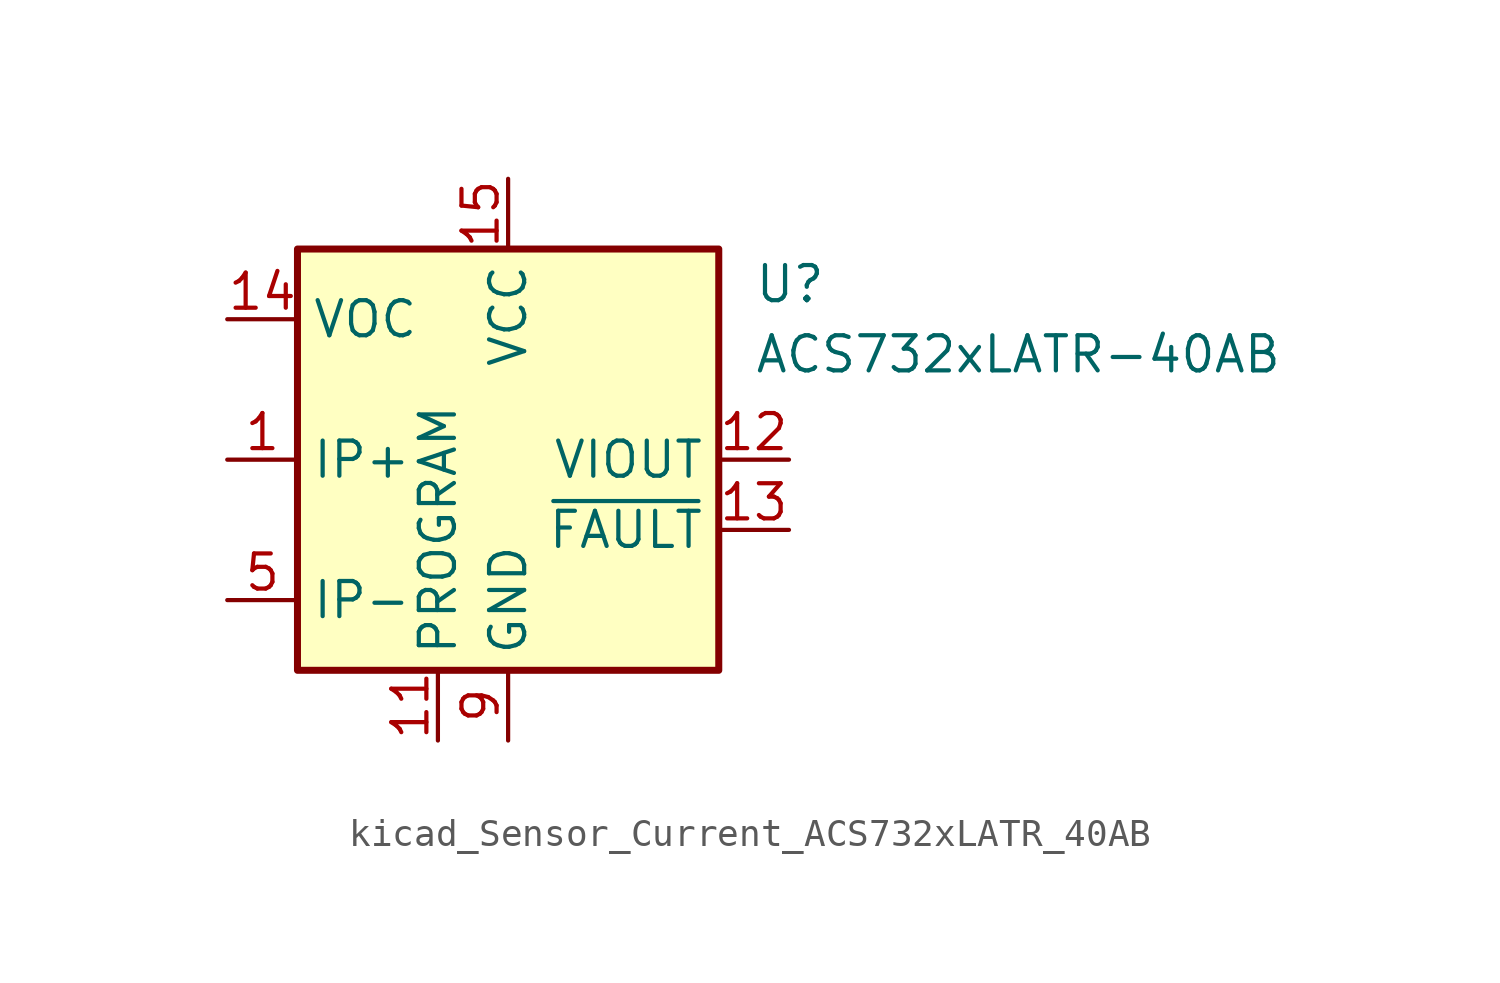
<source format=kicad_sym>
(kicad_symbol_lib
  (version 20220914)
  (generator kicad_symbol_editor)
  (symbol "kicad_Sensor_Current_ACS732xLATR_40AB"
    (property "Reference" "U"
      (at 8.89 6.35 0)
      (effects (font (size 1.27 1.27)) (justify left)))
    (property "Value" "ACS732xLATR-40AB"
      (at 8.89 3.81 0)
      (effects (font (size 1.27 1.27)) (justify left)))
    (symbol "kicad_Sensor_Current_ACS732xLATR_40AB_0_1"
      (rectangle (start -7.62 7.62) (end 7.62 -7.62) (stroke (width 0.254) (type default)) (fill (type background))))
    (symbol "kicad_Sensor_Current_ACS732xLATR_40AB_1_1"
      (pin passive line (at -10.16 0 0) (length 2.54) (name "IP+" (effects (font (size 1.27 1.27)))) (number "1" (effects (font (size 1.27 1.27)))))
      (pin passive line (at 0 -10.16 90) (length 2.54) hide (name "GND" (effects (font (size 1.27 1.27)))) (number "10" (effects (font (size 1.27 1.27)))))
      (pin passive line (at -2.54 -10.16 90) (length 2.54) (name "PROGRAM" (effects (font (size 1.27 1.27)))) (number "11" (effects (font (size 1.27 1.27)))))
      (pin output line (at 10.16 0 180) (length 2.54) (name "VIOUT" (effects (font (size 1.27 1.27)))) (number "12" (effects (font (size 1.27 1.27)))))
      (pin output line (at 10.16 -2.54 180) (length 2.54) (name "~{FAULT}" (effects (font (size 1.27 1.27)))) (number "13" (effects (font (size 1.27 1.27)))))
      (pin input line (at -10.16 5.08 0) (length 2.54) (name "VOC" (effects (font (size 1.27 1.27)))) (number "14" (effects (font (size 1.27 1.27)))))
      (pin power_in line (at 0 10.16 270) (length 2.54) (name "VCC" (effects (font (size 1.27 1.27)))) (number "15" (effects (font (size 1.27 1.27)))))
      (pin passive line (at 0 10.16 270) (length 2.54) hide (name "VCC" (effects (font (size 1.27 1.27)))) (number "16" (effects (font (size 1.27 1.27)))))
      (pin passive line (at -10.16 0 0) (length 2.54) hide (name "IP+" (effects (font (size 1.27 1.27)))) (number "2" (effects (font (size 1.27 1.27)))))
      (pin passive line (at -10.16 0 0) (length 2.54) hide (name "IP+" (effects (font (size 1.27 1.27)))) (number "3" (effects (font (size 1.27 1.27)))))
      (pin passive line (at -10.16 0 0) (length 2.54) hide (name "IP+" (effects (font (size 1.27 1.27)))) (number "4" (effects (font (size 1.27 1.27)))))
      (pin passive line (at -10.16 -5.08 0) (length 2.54) (name "IP-" (effects (font (size 1.27 1.27)))) (number "5" (effects (font (size 1.27 1.27)))))
      (pin passive line (at -10.16 -5.08 0) (length 2.54) hide (name "IP-" (effects (font (size 1.27 1.27)))) (number "6" (effects (font (size 1.27 1.27)))))
      (pin passive line (at -10.16 -5.08 0) (length 2.54) hide (name "IP-" (effects (font (size 1.27 1.27)))) (number "7" (effects (font (size 1.27 1.27)))))
      (pin passive line (at -10.16 -5.08 0) (length 2.54) hide (name "IP-" (effects (font (size 1.27 1.27)))) (number "8" (effects (font (size 1.27 1.27)))))
      (pin power_in line (at 0 -10.16 90) (length 2.54) (name "GND" (effects (font (size 1.27 1.27)))) (number "9" (effects (font (size 1.27 1.27))))))))
</source>
